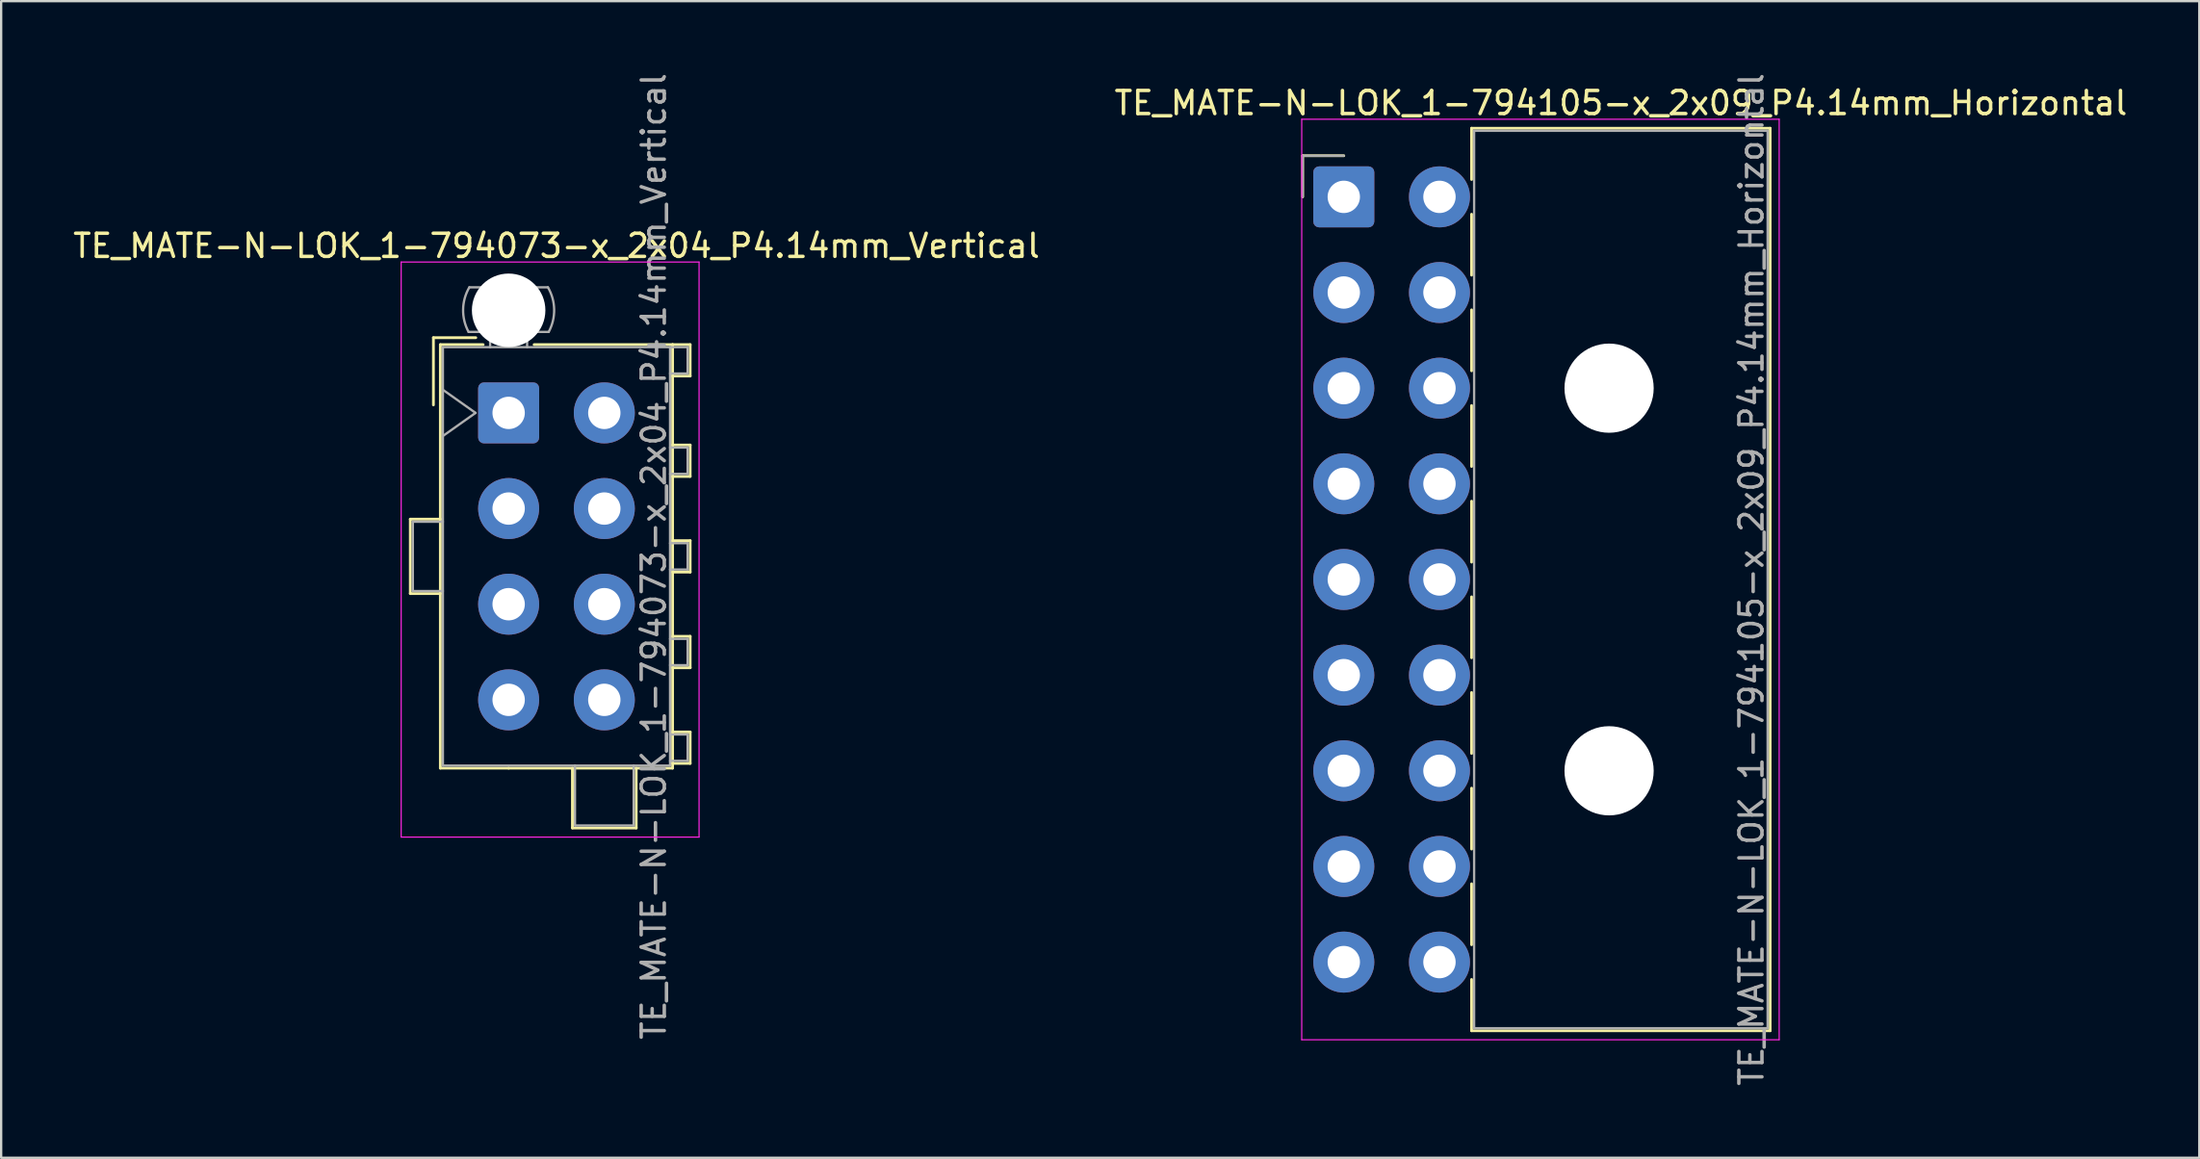
<source format=kicad_pcb>
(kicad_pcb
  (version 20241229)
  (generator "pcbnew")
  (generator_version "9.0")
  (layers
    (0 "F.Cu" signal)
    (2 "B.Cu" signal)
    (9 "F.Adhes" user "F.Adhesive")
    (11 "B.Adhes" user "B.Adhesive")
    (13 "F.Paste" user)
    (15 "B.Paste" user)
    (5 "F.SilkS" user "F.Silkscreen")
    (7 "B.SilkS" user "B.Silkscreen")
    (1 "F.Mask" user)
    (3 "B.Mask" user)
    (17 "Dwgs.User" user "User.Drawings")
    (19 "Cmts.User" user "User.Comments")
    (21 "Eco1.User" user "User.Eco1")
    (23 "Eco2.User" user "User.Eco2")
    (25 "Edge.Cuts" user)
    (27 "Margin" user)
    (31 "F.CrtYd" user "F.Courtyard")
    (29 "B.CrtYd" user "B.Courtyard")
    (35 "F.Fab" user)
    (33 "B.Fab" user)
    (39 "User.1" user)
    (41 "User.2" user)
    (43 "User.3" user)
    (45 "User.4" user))
  (footprint "TE_MATE-N-LOK_1-794073-x_2x04_P4.14mm_Vertical"
    (layer "F.Cu")
    (at 18.96 14.82)
    (property "Reference" "TE_MATE-N-LOK_1-794073-x_2x04_P4.14mm_Vertical" (at 2.07 -7.23 0) (layer "F.SilkS") (effects (font (size 1 1) (thickness 0.15))))
    (attr through_hole)
    (fp_line (start -4.255 4.6) (end -4.255 7.82) (stroke (width 0.12) (type solid)) (layer "F.SilkS"))
    (fp_line (start -4.255 7.82) (end -2.955 7.82) (stroke (width 0.12) (type solid)) (layer "F.SilkS"))
    (fp_line (start -3.255 -3.255) (end -3.255 -0.345) (stroke (width 0.12) (type solid)) (layer "F.SilkS"))
    (fp_line (start -2.955 -2.955) (end -2.955 15.375) (stroke (width 0.12) (type solid)) (layer "F.SilkS"))
    (fp_line (start -2.955 4.6) (end -4.255 4.6) (stroke (width 0.12) (type solid)) (layer "F.SilkS"))
    (fp_line (start -2.955 15.375) (end 0 15.375) (stroke (width 0.12) (type solid)) (layer "F.SilkS"))
    (fp_line (start -1.421 -3.255) (end -3.255 -3.255) (stroke (width 0.12) (type solid)) (layer "F.SilkS"))
    (fp_line (start -1.103 -2.955) (end -2.955 -2.955) (stroke (width 0.12) (type solid)) (layer "F.SilkS"))
    (fp_line (start 1.103 -2.955) (end 7.095 -2.955) (stroke (width 0.12) (type solid)) (layer "F.SilkS"))
    (fp_line (start 2.76 15.375) (end 2.76 17.966) (stroke (width 0.12) (type solid)) (layer "F.SilkS"))
    (fp_line (start 2.76 17.966) (end 5.52 17.966) (stroke (width 0.12) (type solid)) (layer "F.SilkS"))
    (fp_line (start 5.52 17.966) (end 5.52 15.375) (stroke (width 0.12) (type solid)) (layer "F.SilkS"))
    (fp_line (start 7.095 -2.955) (end 7.095 15.375) (stroke (width 0.12) (type solid)) (layer "F.SilkS"))
    (fp_line (start 7.095 -2.955) (end 7.855 -2.955) (stroke (width 0.12) (type solid)) (layer "F.SilkS"))
    (fp_line (start 7.095 1.39) (end 7.855 1.39) (stroke (width 0.12) (type solid)) (layer "F.SilkS"))
    (fp_line (start 7.095 5.53) (end 7.855 5.53) (stroke (width 0.12) (type solid)) (layer "F.SilkS"))
    (fp_line (start 7.095 9.67) (end 7.855 9.67) (stroke (width 0.12) (type solid)) (layer "F.SilkS"))
    (fp_line (start 7.095 13.81) (end 7.855 13.81) (stroke (width 0.12) (type solid)) (layer "F.SilkS"))
    (fp_line (start 7.095 15.375) (end 0 15.375) (stroke (width 0.12) (type solid)) (layer "F.SilkS"))
    (fp_line (start 7.855 -2.955) (end 7.855 -1.595) (stroke (width 0.12) (type solid)) (layer "F.SilkS"))
    (fp_line (start 7.855 -1.595) (end 7.095 -1.595) (stroke (width 0.12) (type solid)) (layer "F.SilkS"))
    (fp_line (start 7.855 1.39) (end 7.855 2.75) (stroke (width 0.12) (type solid)) (layer "F.SilkS"))
    (fp_line (start 7.855 2.75) (end 7.095 2.75) (stroke (width 0.12) (type solid)) (layer "F.SilkS"))
    (fp_line (start 7.855 5.53) (end 7.855 6.89) (stroke (width 0.12) (type solid)) (layer "F.SilkS"))
    (fp_line (start 7.855 6.89) (end 7.095 6.89) (stroke (width 0.12) (type solid)) (layer "F.SilkS"))
    (fp_line (start 7.855 9.67) (end 7.855 11.03) (stroke (width 0.12) (type solid)) (layer "F.SilkS"))
    (fp_line (start 7.855 11.03) (end 7.095 11.03) (stroke (width 0.12) (type solid)) (layer "F.SilkS"))
    (fp_line (start 7.855 13.81) (end 7.855 15.17) (stroke (width 0.12) (type solid)) (layer "F.SilkS"))
    (fp_line (start 7.855 15.17) (end 7.095 15.17) (stroke (width 0.12) (type solid)) (layer "F.SilkS"))
    (fp_line (start -4.65 -6.53) (end -4.65 18.36) (stroke (width 0.05) (type solid)) (layer "F.CrtYd"))
    (fp_line (start -4.65 18.36) (end 8.24 18.36) (stroke (width 0.05) (type solid)) (layer "F.CrtYd"))
    (fp_line (start 8.24 -6.53) (end -4.65 -6.53) (stroke (width 0.05) (type solid)) (layer "F.CrtYd"))
    (fp_line (start 8.24 18.36) (end 8.24 -6.53) (stroke (width 0.05) (type solid)) (layer "F.CrtYd"))
    (fp_line (start -4.145 4.71) (end -4.145 7.71) (stroke (width 0.1) (type solid)) (layer "F.Fab"))
    (fp_line (start -4.145 7.71) (end -2.845 7.71) (stroke (width 0.1) (type solid)) (layer "F.Fab"))
    (fp_line (start -2.845 -2.845) (end -2.845 15.265) (stroke (width 0.1) (type solid)) (layer "F.Fab"))
    (fp_line (start -2.845 -1) (end -1.431 0) (stroke (width 0.1) (type solid)) (layer "F.Fab"))
    (fp_line (start -2.845 4.71) (end -4.145 4.71) (stroke (width 0.1) (type solid)) (layer "F.Fab"))
    (fp_line (start -2.845 15.265) (end 6.985 15.265) (stroke (width 0.1) (type solid)) (layer "F.Fab"))
    (fp_line (start -1.431 0) (end -2.845 1) (stroke (width 0.1) (type solid)) (layer "F.Fab"))
    (fp_line (start -0.8 -2.845) (end -0.8 -3.505) (stroke (width 0.1) (type solid)) (layer "F.Fab"))
    (fp_line (start 0.8 -2.845) (end 0.8 -3.505) (stroke (width 0.1) (type solid)) (layer "F.Fab"))
    (fp_line (start 1.7 -5.436) (end -1.7 -5.436) (stroke (width 0.1) (type solid)) (layer "F.Fab"))
    (fp_line (start 1.734 -3.505) (end -1.734 -3.505) (stroke (width 0.1) (type solid)) (layer "F.Fab"))
    (fp_line (start 2.87 15.265) (end 2.87 17.856) (stroke (width 0.1) (type solid)) (layer "F.Fab"))
    (fp_line (start 2.87 17.856) (end 5.41 17.856) (stroke (width 0.1) (type solid)) (layer "F.Fab"))
    (fp_line (start 5.41 17.856) (end 5.41 15.265) (stroke (width 0.1) (type solid)) (layer "F.Fab"))
    (fp_line (start 6.985 -2.845) (end -2.845 -2.845) (stroke (width 0.1) (type solid)) (layer "F.Fab"))
    (fp_line (start 6.985 -2.845) (end 7.745 -2.845) (stroke (width 0.1) (type solid)) (layer "F.Fab"))
    (fp_line (start 6.985 1.5) (end 7.745 1.5) (stroke (width 0.1) (type solid)) (layer "F.Fab"))
    (fp_line (start 6.985 5.64) (end 7.745 5.64) (stroke (width 0.1) (type solid)) (layer "F.Fab"))
    (fp_line (start 6.985 9.78) (end 7.745 9.78) (stroke (width 0.1) (type solid)) (layer "F.Fab"))
    (fp_line (start 6.985 13.92) (end 7.745 13.92) (stroke (width 0.1) (type solid)) (layer "F.Fab"))
    (fp_line (start 6.985 15.265) (end 6.985 -2.845) (stroke (width 0.1) (type solid)) (layer "F.Fab"))
    (fp_line (start 7.745 -2.845) (end 7.745 -1.705) (stroke (width 0.1) (type solid)) (layer "F.Fab"))
    (fp_line (start 7.745 -1.705) (end 6.985 -1.705) (stroke (width 0.1) (type solid)) (layer "F.Fab"))
    (fp_line (start 7.745 1.5) (end 7.745 2.64) (stroke (width 0.1) (type solid)) (layer "F.Fab"))
    (fp_line (start 7.745 2.64) (end 6.985 2.64) (stroke (width 0.1) (type solid)) (layer "F.Fab"))
    (fp_line (start 7.745 5.64) (end 7.745 6.78) (stroke (width 0.1) (type solid)) (layer "F.Fab"))
    (fp_line (start 7.745 6.78) (end 6.985 6.78) (stroke (width 0.1) (type solid)) (layer "F.Fab"))
    (fp_line (start 7.745 9.78) (end 7.745 10.92) (stroke (width 0.1) (type solid)) (layer "F.Fab"))
    (fp_line (start 7.745 10.92) (end 6.985 10.92) (stroke (width 0.1) (type solid)) (layer "F.Fab"))
    (fp_line (start 7.745 13.92) (end 7.745 15.06) (stroke (width 0.1) (type solid)) (layer "F.Fab"))
    (fp_line (start 7.745 15.06) (end 6.985 15.06) (stroke (width 0.1) (type solid)) (layer "F.Fab"))
    (fp_arc (start -1.733977 -3.505) (mid -1.96969 -4.474992) (end -1.699672 -5.436) (stroke (width 0.1) (type solid)) (layer "F.Fab"))
    (fp_arc (start 1.699672 -5.436) (mid 1.969689 -4.474992) (end 1.733977 -3.505) (stroke (width 0.1) (type solid)) (layer "F.Fab"))
    (fp_text user "${REFERENCE}" (at 6.28 6.21 90) (layer "F.Fab") (effects (font (size 1 1) (thickness 0.15))))
    (pad "" np_thru_hole circle (at 0 -4.44) (size 3.18 3.18) (drill 3.18) (layers "*.Cu" "*.Mask"))
    (pad "1" thru_hole roundrect (at 0 0) (size 2.64 2.64) (drill 1.4) (layers "*.Cu" "*.Mask") (roundrect_rratio 0.095))
    (pad "2" thru_hole circle (at 0 4.14) (size 2.64 2.64) (drill 1.4) (layers "*.Cu" "*.Mask"))
    (pad "3" thru_hole circle (at 0 8.28) (size 2.64 2.64) (drill 1.4) (layers "*.Cu" "*.Mask"))
    (pad "4" thru_hole circle (at 0 12.42) (size 2.64 2.64) (drill 1.4) (layers "*.Cu" "*.Mask"))
    (pad "5" thru_hole circle (at 4.14 0) (size 2.64 2.64) (drill 1.4) (layers "*.Cu" "*.Mask"))
    (pad "6" thru_hole circle (at 4.14 4.14) (size 2.64 2.64) (drill 1.4) (layers "*.Cu" "*.Mask"))
    (pad "7" thru_hole circle (at 4.14 8.28) (size 2.64 2.64) (drill 1.4) (layers "*.Cu" "*.Mask"))
    (pad "8" thru_hole circle (at 4.14 12.42) (size 2.64 2.64) (drill 1.4) (layers "*.Cu" "*.Mask")))
  (footprint "TE_MATE-N-LOK_1-794105-x_2x09_P4.14mm_Horizontal"
    (layer "F.Cu")
    (at 55.099 5.47)
    (property "Reference" "TE_MATE-N-LOK_1-794105-x_2x09_P4.14mm_Horizontal" (at 11.99 -4.06 0) (layer "F.SilkS") (effects (font (size 1 1) (thickness 0.15))))
    (attr through_hole)
    (fp_line (start -1.78 -1.78) (end -1.78 0) (stroke (width 0.12) (type solid)) (layer "F.SilkS"))
    (fp_line (start 0 -1.78) (end -1.78 -1.78) (stroke (width 0.12) (type solid)) (layer "F.SilkS"))
    (fp_line (start 5.53 -2.97) (end 18.45 -2.97) (stroke (width 0.12) (type solid)) (layer "F.SilkS"))
    (fp_line (start 5.53 -0.751) (end 5.53 -2.97) (stroke (width 0.12) (type solid)) (layer "F.SilkS"))
    (fp_line (start 5.53 0.751) (end 5.53 3.389) (stroke (width 0.12) (type solid)) (layer "F.SilkS"))
    (fp_line (start 5.53 4.891) (end 5.53 7.529) (stroke (width 0.12) (type solid)) (layer "F.SilkS"))
    (fp_line (start 5.53 9.031) (end 5.53 11.669) (stroke (width 0.12) (type solid)) (layer "F.SilkS"))
    (fp_line (start 5.53 13.171) (end 5.53 15.809) (stroke (width 0.12) (type solid)) (layer "F.SilkS"))
    (fp_line (start 5.53 17.311) (end 5.53 19.949) (stroke (width 0.12) (type solid)) (layer "F.SilkS"))
    (fp_line (start 5.53 21.451) (end 5.53 24.089) (stroke (width 0.12) (type solid)) (layer "F.SilkS"))
    (fp_line (start 5.53 25.591) (end 5.53 28.229) (stroke (width 0.12) (type solid)) (layer "F.SilkS"))
    (fp_line (start 5.53 29.731) (end 5.53 32.369) (stroke (width 0.12) (type solid)) (layer "F.SilkS"))
    (fp_line (start 5.53 36.09) (end 5.53 33.871) (stroke (width 0.12) (type solid)) (layer "F.SilkS"))
    (fp_line (start 18.45 -2.97) (end 18.45 36.09) (stroke (width 0.12) (type solid)) (layer "F.SilkS"))
    (fp_line (start 18.45 36.09) (end 5.53 36.09) (stroke (width 0.12) (type solid)) (layer "F.SilkS"))
    (fp_line (start -1.82 -3.36) (end -1.82 36.48) (stroke (width 0.05) (type solid)) (layer "F.CrtYd"))
    (fp_line (start -1.82 36.48) (end 18.84 36.48) (stroke (width 0.05) (type solid)) (layer "F.CrtYd"))
    (fp_line (start 18.84 -3.36) (end -1.82 -3.36) (stroke (width 0.05) (type solid)) (layer "F.CrtYd"))
    (fp_line (start 18.84 36.48) (end 18.84 -3.36) (stroke (width 0.05) (type solid)) (layer "F.CrtYd"))
    (fp_line (start -1.78 -1.78) (end -1.78 0) (stroke (width 0.1) (type solid)) (layer "F.Fab"))
    (fp_line (start 0 -1.78) (end -1.78 -1.78) (stroke (width 0.1) (type solid)) (layer "F.Fab"))
    (fp_line (start 5.64 -2.86) (end 5.64 35.98) (stroke (width 0.1) (type solid)) (layer "F.Fab"))
    (fp_line (start 5.64 35.98) (end 18.34 35.98) (stroke (width 0.1) (type solid)) (layer "F.Fab"))
    (fp_line (start 18.34 -2.86) (end 5.64 -2.86) (stroke (width 0.1) (type solid)) (layer "F.Fab"))
    (fp_line (start 18.34 35.98) (end 18.34 -2.86) (stroke (width 0.1) (type solid)) (layer "F.Fab"))
    (fp_text user "${REFERENCE}" (at 17.64 16.56 90) (layer "F.Fab") (effects (font (size 1 1) (thickness 0.15))))
    (pad "" np_thru_hole circle (at 11.48 8.28) (size 3.86 3.86) (drill 3.86) (layers "*.Cu" "*.Mask"))
    (pad "" np_thru_hole circle (at 11.48 24.84) (size 3.86 3.86) (drill 3.86) (layers "*.Cu" "*.Mask"))
    (pad "1" thru_hole roundrect (at 0 0) (size 2.64 2.64) (drill 1.4) (layers "*.Cu" "*.Mask") (roundrect_rratio 0.095))
    (pad "2" thru_hole circle (at 0 4.14) (size 2.64 2.64) (drill 1.4) (layers "*.Cu" "*.Mask"))
    (pad "3" thru_hole circle (at 0 8.28) (size 2.64 2.64) (drill 1.4) (layers "*.Cu" "*.Mask"))
    (pad "4" thru_hole circle (at 0 12.42) (size 2.64 2.64) (drill 1.4) (layers "*.Cu" "*.Mask"))
    (pad "5" thru_hole circle (at 0 16.56) (size 2.64 2.64) (drill 1.4) (layers "*.Cu" "*.Mask"))
    (pad "6" thru_hole circle (at 0 20.7) (size 2.64 2.64) (drill 1.4) (layers "*.Cu" "*.Mask"))
    (pad "7" thru_hole circle (at 0 24.84) (size 2.64 2.64) (drill 1.4) (layers "*.Cu" "*.Mask"))
    (pad "8" thru_hole circle (at 0 28.98) (size 2.64 2.64) (drill 1.4) (layers "*.Cu" "*.Mask"))
    (pad "9" thru_hole circle (at 0 33.12) (size 2.64 2.64) (drill 1.4) (layers "*.Cu" "*.Mask"))
    (pad "10" thru_hole circle (at 4.14 0) (size 2.64 2.64) (drill 1.4) (layers "*.Cu" "*.Mask"))
    (pad "11" thru_hole circle (at 4.14 4.14) (size 2.64 2.64) (drill 1.4) (layers "*.Cu" "*.Mask"))
    (pad "12" thru_hole circle (at 4.14 8.28) (size 2.64 2.64) (drill 1.4) (layers "*.Cu" "*.Mask"))
    (pad "13" thru_hole circle (at 4.14 12.42) (size 2.64 2.64) (drill 1.4) (layers "*.Cu" "*.Mask"))
    (pad "14" thru_hole circle (at 4.14 16.56) (size 2.64 2.64) (drill 1.4) (layers "*.Cu" "*.Mask"))
    (pad "15" thru_hole circle (at 4.14 20.7) (size 2.64 2.64) (drill 1.4) (layers "*.Cu" "*.Mask"))
    (pad "16" thru_hole circle (at 4.14 24.84) (size 2.64 2.64) (drill 1.4) (layers "*.Cu" "*.Mask"))
    (pad "17" thru_hole circle (at 4.14 28.98) (size 2.64 2.64) (drill 1.4) (layers "*.Cu" "*.Mask"))
    (pad "18" thru_hole circle (at 4.14 33.12) (size 2.64 2.64) (drill 1.4) (layers "*.Cu" "*.Mask")))
  (gr_rect
    (start -3 -3)
    (end 92.119 47.06)
    (stroke (width 0.1) (type default))
    (fill no)
    (layer "Edge.Cuts")))
</source>
